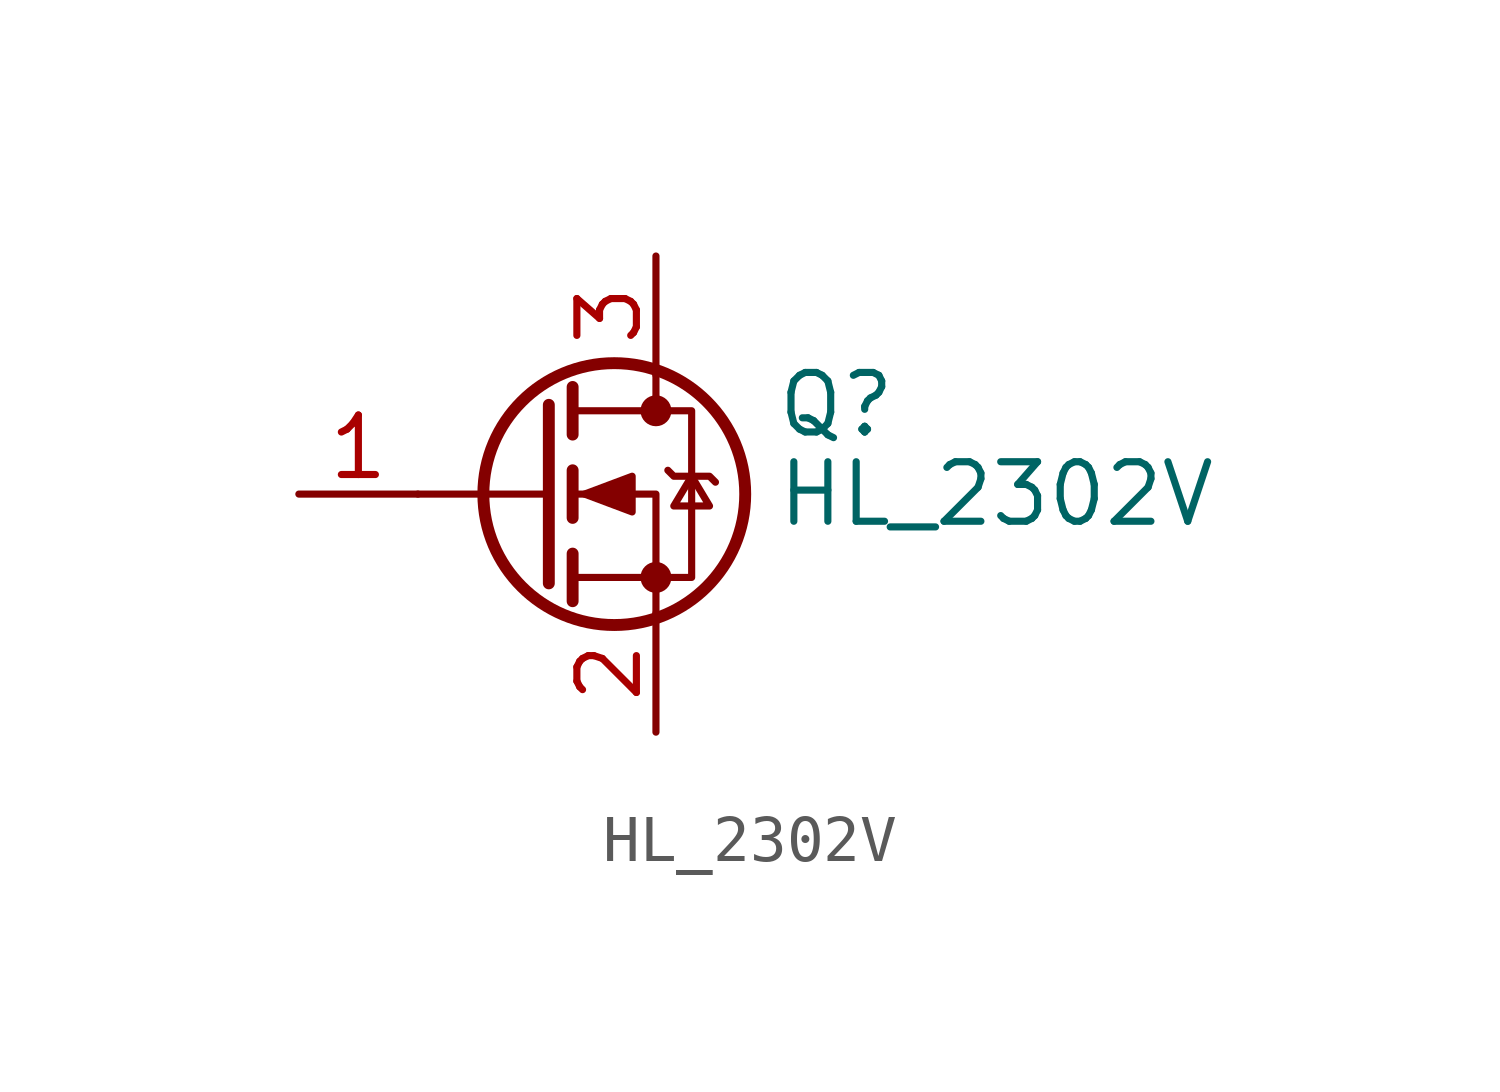
<source format=kicad_sym>
(kicad_symbol_lib
  (version 20211014)
  (generator kicad_symbol_editor)
  (symbol "HL_2302V"
    (pin_names hide)
    (property "Reference" "Q"
      (at 5.08 1.905 0)
      (effects (font (size 1.27 1.27)) (justify left)))
    (property "Value" "HL_2302V"
      (at 5.08 0 0)
      (effects (font (size 1.27 1.27)) (justify left)))
    (symbol "HL_2302V_0_1"
      (polyline (pts (xy 0.254 0) (xy -2.54 0)) (stroke (width 0) (type default) (color 0 0 0 0)) (fill (type none)))
      (polyline (pts (xy 0.254 1.905) (xy 0.254 -1.905)) (stroke (width 0.254) (type default) (color 0 0 0 0)) (fill (type none)))
      (polyline (pts (xy 0.762 -1.27) (xy 0.762 -2.286)) (stroke (width 0.254) (type default) (color 0 0 0 0)) (fill (type none)))
      (polyline (pts (xy 0.762 0.508) (xy 0.762 -0.508)) (stroke (width 0.254) (type default) (color 0 0 0 0)) (fill (type none)))
      (polyline (pts (xy 0.762 2.286) (xy 0.762 1.27)) (stroke (width 0.254) (type default) (color 0 0 0 0)) (fill (type none)))
      (polyline (pts (xy 2.54 2.54) (xy 2.54 1.778)) (stroke (width 0) (type default) (color 0 0 0 0)) (fill (type none)))
      (polyline (pts (xy 2.54 -2.54) (xy 2.54 0) (xy 0.762 0)) (stroke (width 0) (type default) (color 0 0 0 0)) (fill (type none)))
      (polyline (pts (xy 0.762 -1.778) (xy 3.302 -1.778) (xy 3.302 1.778) (xy 0.762 1.778)) (stroke (width 0) (type default) (color 0 0 0 0)) (fill (type none)))
      (polyline (pts (xy 1.016 0) (xy 2.032 0.381) (xy 2.032 -0.381) (xy 1.016 0)) (stroke (width 0) (type default) (color 0 0 0 0)) (fill (type outline)))
      (polyline (pts (xy 2.794 0.508) (xy 2.921 0.381) (xy 3.683 0.381) (xy 3.81 0.254)) (stroke (width 0) (type default) (color 0 0 0 0)) (fill (type none)))
      (polyline (pts (xy 3.302 0.381) (xy 2.921 -0.254) (xy 3.683 -0.254) (xy 3.302 0.381)) (stroke (width 0) (type default) (color 0 0 0 0)) (fill (type none)))
      (circle (center 1.651 0) (radius 2.794) (stroke (width 0.254) (type default) (color 0 0 0 0)) (fill (type none)))
      (circle (center 2.54 -1.778) (radius 0.254) (stroke (width 0) (type default) (color 0 0 0 0)) (fill (type outline)))
      (circle (center 2.54 1.778) (radius 0.254) (stroke (width 0) (type default) (color 0 0 0 0)) (fill (type outline))))
    (symbol "HL_2302V_1_1"
      (pin input line (at -5.08 0 0) (length 2.54) (name "G" (effects (font (size 1.27 1.27)))) (number "1" (effects (font (size 1.27 1.27)))))
      (pin passive line (at 2.54 -5.08 90) (length 2.54) (name "S" (effects (font (size 1.27 1.27)))) (number "2" (effects (font (size 1.27 1.27)))))
      (pin passive line (at 2.54 5.08 270) (length 2.54) (name "D" (effects (font (size 1.27 1.27)))) (number "3" (effects (font (size 1.27 1.27))))))))
</source>
